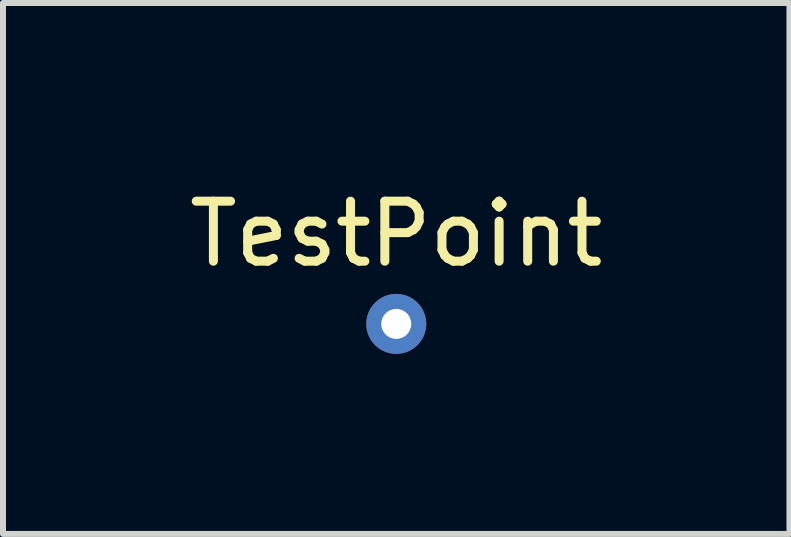
<source format=kicad_pcb>
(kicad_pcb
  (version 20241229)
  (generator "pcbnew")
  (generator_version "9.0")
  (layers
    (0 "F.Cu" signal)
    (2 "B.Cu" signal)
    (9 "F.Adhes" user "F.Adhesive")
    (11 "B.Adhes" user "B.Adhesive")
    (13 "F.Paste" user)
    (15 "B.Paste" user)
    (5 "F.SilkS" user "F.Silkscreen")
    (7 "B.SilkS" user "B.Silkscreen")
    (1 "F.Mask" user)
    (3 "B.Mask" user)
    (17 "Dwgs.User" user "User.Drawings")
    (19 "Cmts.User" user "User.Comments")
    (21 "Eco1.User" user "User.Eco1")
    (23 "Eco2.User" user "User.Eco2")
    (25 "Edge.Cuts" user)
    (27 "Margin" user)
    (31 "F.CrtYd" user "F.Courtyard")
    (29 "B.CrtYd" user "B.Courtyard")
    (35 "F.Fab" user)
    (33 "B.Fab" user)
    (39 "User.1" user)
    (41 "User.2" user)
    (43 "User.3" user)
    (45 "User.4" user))
  (footprint "TestPoint"
    (layer "F.Cu")
    (at 3.554 2.348)
    (property "Reference" "TestPoint" (at 0 -1.5 0) (unlocked yes) (layer "F.SilkS") (effects (font (size 1 1) (thickness 0.15))))
    (attr through_hole)
    (pad "1" thru_hole circle (at 0 0) (size 1 1) (drill 0.5) (layers "*.Cu" "*.Mask")))
  (gr_rect
    (start -3 -3)
    (end 10.107 5.848)
    (stroke (width 0.1) (type default))
    (fill no)
    (layer "Edge.Cuts")))
</source>
